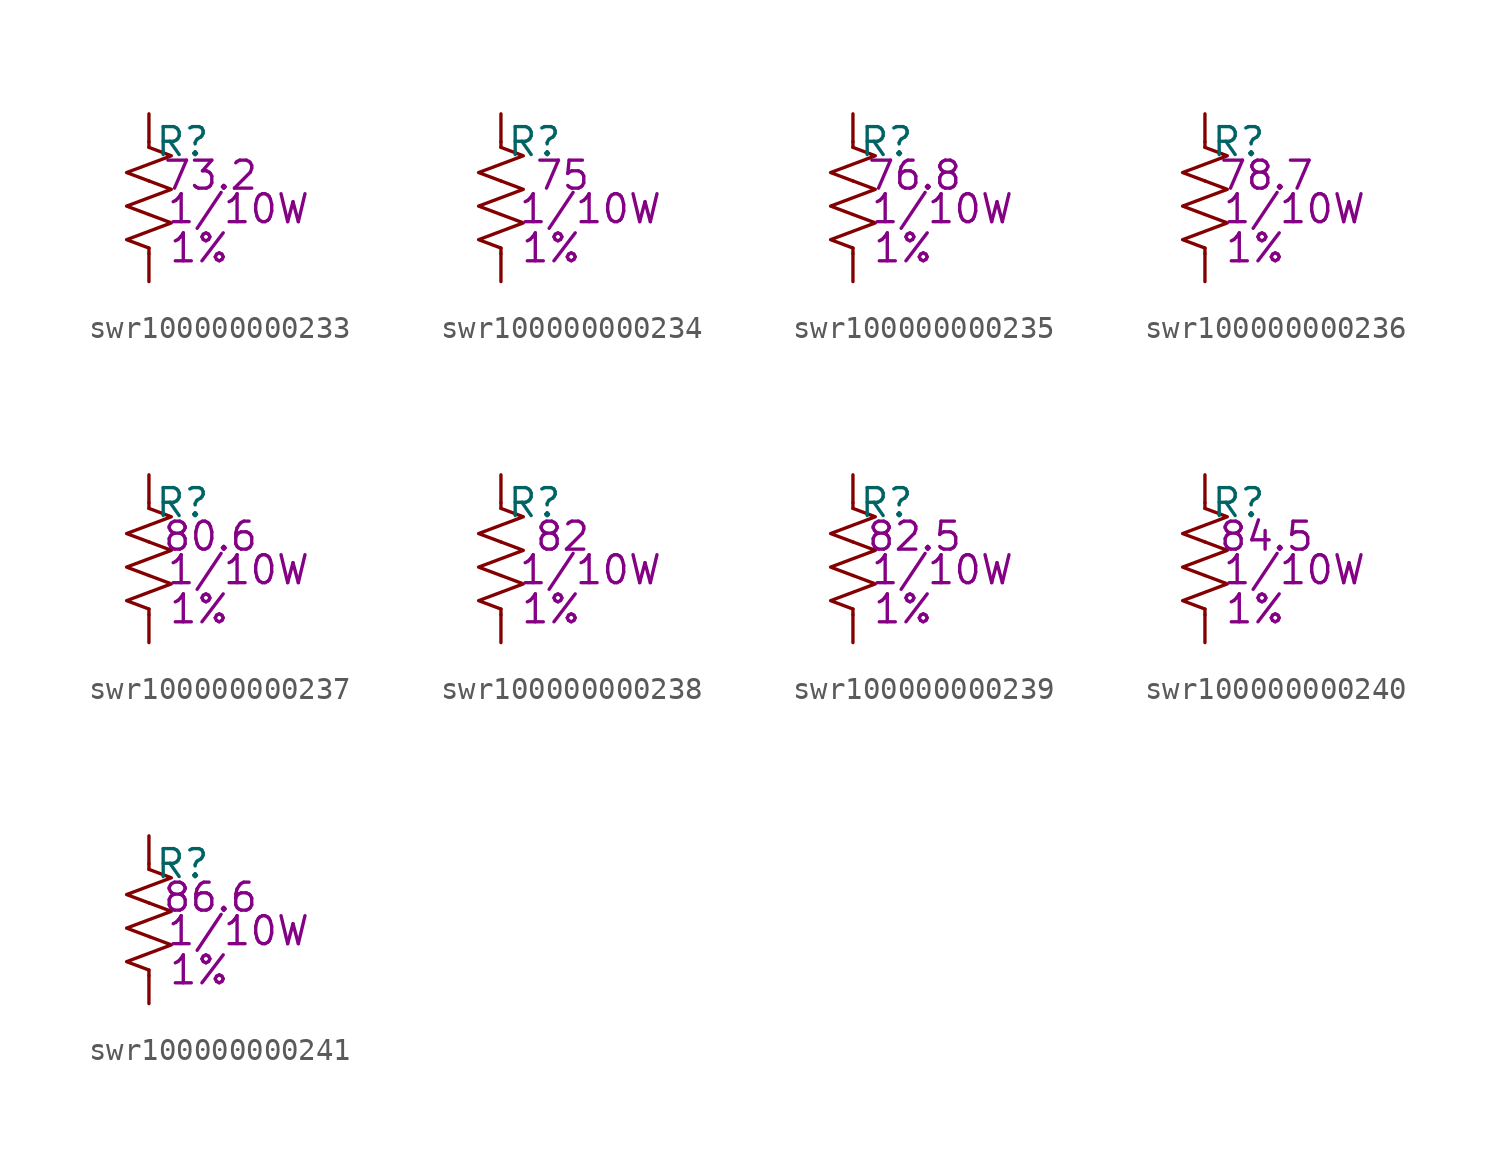
<source format=kicad_sym>
(kicad_symbol_lib
  (version 20211014)
  (generator kicad_symbol_editor)
  (symbol "swr100000000233"
    (pin_numbers hide)
    (pin_names
      (offset 1.016))
    (property "Reference" "R"
      (at 1.524 2.54 0)
      (effects (font (size 1.27 1.27))))
    (property "Tolerance" "1%"
      (at 2.286 -2.286 0)
      (effects (font (size 1.27 1.27))))
    (property "Wattage" "1/10W"
      (at 4.064 -0.508 0)
      (effects (font (size 1.27 1.27))))
    (property "PartValue" "73.2"
      (at 2.794 1.016 0)
      (effects (font (size 1.27 1.27))))
    (symbol "swr100000000233_1_1"
      (polyline (pts (xy 0 -2.286) (xy 0 -2.54)) (stroke (width 0) (type default) (color 0 0 0 0)) (fill (type none)))
      (polyline (pts (xy 0 2.286) (xy 0 2.54)) (stroke (width 0) (type default) (color 0 0 0 0)) (fill (type none)))
      (polyline (pts (xy 0 -0.762) (xy 1.016 -1.143) (xy 0 -1.524) (xy -1.016 -1.905) (xy 0 -2.286)) (stroke (width 0) (type default) (color 0 0 0 0)) (fill (type none)))
      (polyline (pts (xy 0 0.762) (xy 1.016 0.381) (xy 0 0) (xy -1.016 -0.381) (xy 0 -0.762)) (stroke (width 0) (type default) (color 0 0 0 0)) (fill (type none)))
      (polyline (pts (xy 0 2.286) (xy 1.016 1.905) (xy 0 1.524) (xy -1.016 1.143) (xy 0 0.762)) (stroke (width 0) (type default) (color 0 0 0 0)) (fill (type none)))
      (pin passive line (at 0 3.81 270) (length 1.27) (name "~" (effects (font (size 1.27 1.27)))) (number "1" (effects (font (size 1.27 1.27)))))
      (pin passive line (at 0 -3.81 90) (length 1.27) (name "~" (effects (font (size 1.27 1.27)))) (number "2" (effects (font (size 1.27 1.27)))))))
  (symbol "swr100000000234"
    (pin_numbers hide)
    (pin_names
      (offset 1.016))
    (property "Reference" "R"
      (at 1.524 2.54 0)
      (effects (font (size 1.27 1.27))))
    (property "Tolerance" "1%"
      (at 2.286 -2.286 0)
      (effects (font (size 1.27 1.27))))
    (property "Wattage" "1/10W"
      (at 4.064 -0.508 0)
      (effects (font (size 1.27 1.27))))
    (property "PartValue" "75"
      (at 2.794 1.016 0)
      (effects (font (size 1.27 1.27))))
    (symbol "swr100000000234_1_1"
      (polyline (pts (xy 0 -2.286) (xy 0 -2.54)) (stroke (width 0) (type default) (color 0 0 0 0)) (fill (type none)))
      (polyline (pts (xy 0 2.286) (xy 0 2.54)) (stroke (width 0) (type default) (color 0 0 0 0)) (fill (type none)))
      (polyline (pts (xy 0 -0.762) (xy 1.016 -1.143) (xy 0 -1.524) (xy -1.016 -1.905) (xy 0 -2.286)) (stroke (width 0) (type default) (color 0 0 0 0)) (fill (type none)))
      (polyline (pts (xy 0 0.762) (xy 1.016 0.381) (xy 0 0) (xy -1.016 -0.381) (xy 0 -0.762)) (stroke (width 0) (type default) (color 0 0 0 0)) (fill (type none)))
      (polyline (pts (xy 0 2.286) (xy 1.016 1.905) (xy 0 1.524) (xy -1.016 1.143) (xy 0 0.762)) (stroke (width 0) (type default) (color 0 0 0 0)) (fill (type none)))
      (pin passive line (at 0 3.81 270) (length 1.27) (name "~" (effects (font (size 1.27 1.27)))) (number "1" (effects (font (size 1.27 1.27)))))
      (pin passive line (at 0 -3.81 90) (length 1.27) (name "~" (effects (font (size 1.27 1.27)))) (number "2" (effects (font (size 1.27 1.27)))))))
  (symbol "swr100000000235"
    (pin_numbers hide)
    (pin_names
      (offset 1.016))
    (property "Reference" "R"
      (at 1.524 2.54 0)
      (effects (font (size 1.27 1.27))))
    (property "Tolerance" "1%"
      (at 2.286 -2.286 0)
      (effects (font (size 1.27 1.27))))
    (property "Wattage" "1/10W"
      (at 4.064 -0.508 0)
      (effects (font (size 1.27 1.27))))
    (property "PartValue" "76.8"
      (at 2.794 1.016 0)
      (effects (font (size 1.27 1.27))))
    (symbol "swr100000000235_1_1"
      (polyline (pts (xy 0 -2.286) (xy 0 -2.54)) (stroke (width 0) (type default) (color 0 0 0 0)) (fill (type none)))
      (polyline (pts (xy 0 2.286) (xy 0 2.54)) (stroke (width 0) (type default) (color 0 0 0 0)) (fill (type none)))
      (polyline (pts (xy 0 -0.762) (xy 1.016 -1.143) (xy 0 -1.524) (xy -1.016 -1.905) (xy 0 -2.286)) (stroke (width 0) (type default) (color 0 0 0 0)) (fill (type none)))
      (polyline (pts (xy 0 0.762) (xy 1.016 0.381) (xy 0 0) (xy -1.016 -0.381) (xy 0 -0.762)) (stroke (width 0) (type default) (color 0 0 0 0)) (fill (type none)))
      (polyline (pts (xy 0 2.286) (xy 1.016 1.905) (xy 0 1.524) (xy -1.016 1.143) (xy 0 0.762)) (stroke (width 0) (type default) (color 0 0 0 0)) (fill (type none)))
      (pin passive line (at 0 3.81 270) (length 1.27) (name "~" (effects (font (size 1.27 1.27)))) (number "1" (effects (font (size 1.27 1.27)))))
      (pin passive line (at 0 -3.81 90) (length 1.27) (name "~" (effects (font (size 1.27 1.27)))) (number "2" (effects (font (size 1.27 1.27)))))))
  (symbol "swr100000000236"
    (pin_numbers hide)
    (pin_names
      (offset 1.016))
    (property "Reference" "R"
      (at 1.524 2.54 0)
      (effects (font (size 1.27 1.27))))
    (property "Tolerance" "1%"
      (at 2.286 -2.286 0)
      (effects (font (size 1.27 1.27))))
    (property "Wattage" "1/10W"
      (at 4.064 -0.508 0)
      (effects (font (size 1.27 1.27))))
    (property "PartValue" "78.7"
      (at 2.794 1.016 0)
      (effects (font (size 1.27 1.27))))
    (symbol "swr100000000236_1_1"
      (polyline (pts (xy 0 -2.286) (xy 0 -2.54)) (stroke (width 0) (type default) (color 0 0 0 0)) (fill (type none)))
      (polyline (pts (xy 0 2.286) (xy 0 2.54)) (stroke (width 0) (type default) (color 0 0 0 0)) (fill (type none)))
      (polyline (pts (xy 0 -0.762) (xy 1.016 -1.143) (xy 0 -1.524) (xy -1.016 -1.905) (xy 0 -2.286)) (stroke (width 0) (type default) (color 0 0 0 0)) (fill (type none)))
      (polyline (pts (xy 0 0.762) (xy 1.016 0.381) (xy 0 0) (xy -1.016 -0.381) (xy 0 -0.762)) (stroke (width 0) (type default) (color 0 0 0 0)) (fill (type none)))
      (polyline (pts (xy 0 2.286) (xy 1.016 1.905) (xy 0 1.524) (xy -1.016 1.143) (xy 0 0.762)) (stroke (width 0) (type default) (color 0 0 0 0)) (fill (type none)))
      (pin passive line (at 0 3.81 270) (length 1.27) (name "~" (effects (font (size 1.27 1.27)))) (number "1" (effects (font (size 1.27 1.27)))))
      (pin passive line (at 0 -3.81 90) (length 1.27) (name "~" (effects (font (size 1.27 1.27)))) (number "2" (effects (font (size 1.27 1.27)))))))
  (symbol "swr100000000237"
    (pin_numbers hide)
    (pin_names
      (offset 1.016))
    (property "Reference" "R"
      (at 1.524 2.54 0)
      (effects (font (size 1.27 1.27))))
    (property "Tolerance" "1%"
      (at 2.286 -2.286 0)
      (effects (font (size 1.27 1.27))))
    (property "Wattage" "1/10W"
      (at 4.064 -0.508 0)
      (effects (font (size 1.27 1.27))))
    (property "PartValue" "80.6"
      (at 2.794 1.016 0)
      (effects (font (size 1.27 1.27))))
    (symbol "swr100000000237_1_1"
      (polyline (pts (xy 0 -2.286) (xy 0 -2.54)) (stroke (width 0) (type default) (color 0 0 0 0)) (fill (type none)))
      (polyline (pts (xy 0 2.286) (xy 0 2.54)) (stroke (width 0) (type default) (color 0 0 0 0)) (fill (type none)))
      (polyline (pts (xy 0 -0.762) (xy 1.016 -1.143) (xy 0 -1.524) (xy -1.016 -1.905) (xy 0 -2.286)) (stroke (width 0) (type default) (color 0 0 0 0)) (fill (type none)))
      (polyline (pts (xy 0 0.762) (xy 1.016 0.381) (xy 0 0) (xy -1.016 -0.381) (xy 0 -0.762)) (stroke (width 0) (type default) (color 0 0 0 0)) (fill (type none)))
      (polyline (pts (xy 0 2.286) (xy 1.016 1.905) (xy 0 1.524) (xy -1.016 1.143) (xy 0 0.762)) (stroke (width 0) (type default) (color 0 0 0 0)) (fill (type none)))
      (pin passive line (at 0 3.81 270) (length 1.27) (name "~" (effects (font (size 1.27 1.27)))) (number "1" (effects (font (size 1.27 1.27)))))
      (pin passive line (at 0 -3.81 90) (length 1.27) (name "~" (effects (font (size 1.27 1.27)))) (number "2" (effects (font (size 1.27 1.27)))))))
  (symbol "swr100000000238"
    (pin_numbers hide)
    (pin_names
      (offset 1.016))
    (property "Reference" "R"
      (at 1.524 2.54 0)
      (effects (font (size 1.27 1.27))))
    (property "Tolerance" "1%"
      (at 2.286 -2.286 0)
      (effects (font (size 1.27 1.27))))
    (property "Wattage" "1/10W"
      (at 4.064 -0.508 0)
      (effects (font (size 1.27 1.27))))
    (property "PartValue" "82"
      (at 2.794 1.016 0)
      (effects (font (size 1.27 1.27))))
    (symbol "swr100000000238_1_1"
      (polyline (pts (xy 0 -2.286) (xy 0 -2.54)) (stroke (width 0) (type default) (color 0 0 0 0)) (fill (type none)))
      (polyline (pts (xy 0 2.286) (xy 0 2.54)) (stroke (width 0) (type default) (color 0 0 0 0)) (fill (type none)))
      (polyline (pts (xy 0 -0.762) (xy 1.016 -1.143) (xy 0 -1.524) (xy -1.016 -1.905) (xy 0 -2.286)) (stroke (width 0) (type default) (color 0 0 0 0)) (fill (type none)))
      (polyline (pts (xy 0 0.762) (xy 1.016 0.381) (xy 0 0) (xy -1.016 -0.381) (xy 0 -0.762)) (stroke (width 0) (type default) (color 0 0 0 0)) (fill (type none)))
      (polyline (pts (xy 0 2.286) (xy 1.016 1.905) (xy 0 1.524) (xy -1.016 1.143) (xy 0 0.762)) (stroke (width 0) (type default) (color 0 0 0 0)) (fill (type none)))
      (pin passive line (at 0 3.81 270) (length 1.27) (name "~" (effects (font (size 1.27 1.27)))) (number "1" (effects (font (size 1.27 1.27)))))
      (pin passive line (at 0 -3.81 90) (length 1.27) (name "~" (effects (font (size 1.27 1.27)))) (number "2" (effects (font (size 1.27 1.27)))))))
  (symbol "swr100000000239"
    (pin_numbers hide)
    (pin_names
      (offset 1.016))
    (property "Reference" "R"
      (at 1.524 2.54 0)
      (effects (font (size 1.27 1.27))))
    (property "Tolerance" "1%"
      (at 2.286 -2.286 0)
      (effects (font (size 1.27 1.27))))
    (property "Wattage" "1/10W"
      (at 4.064 -0.508 0)
      (effects (font (size 1.27 1.27))))
    (property "PartValue" "82.5"
      (at 2.794 1.016 0)
      (effects (font (size 1.27 1.27))))
    (symbol "swr100000000239_1_1"
      (polyline (pts (xy 0 -2.286) (xy 0 -2.54)) (stroke (width 0) (type default) (color 0 0 0 0)) (fill (type none)))
      (polyline (pts (xy 0 2.286) (xy 0 2.54)) (stroke (width 0) (type default) (color 0 0 0 0)) (fill (type none)))
      (polyline (pts (xy 0 -0.762) (xy 1.016 -1.143) (xy 0 -1.524) (xy -1.016 -1.905) (xy 0 -2.286)) (stroke (width 0) (type default) (color 0 0 0 0)) (fill (type none)))
      (polyline (pts (xy 0 0.762) (xy 1.016 0.381) (xy 0 0) (xy -1.016 -0.381) (xy 0 -0.762)) (stroke (width 0) (type default) (color 0 0 0 0)) (fill (type none)))
      (polyline (pts (xy 0 2.286) (xy 1.016 1.905) (xy 0 1.524) (xy -1.016 1.143) (xy 0 0.762)) (stroke (width 0) (type default) (color 0 0 0 0)) (fill (type none)))
      (pin passive line (at 0 3.81 270) (length 1.27) (name "~" (effects (font (size 1.27 1.27)))) (number "1" (effects (font (size 1.27 1.27)))))
      (pin passive line (at 0 -3.81 90) (length 1.27) (name "~" (effects (font (size 1.27 1.27)))) (number "2" (effects (font (size 1.27 1.27)))))))
  (symbol "swr100000000240"
    (pin_numbers hide)
    (pin_names
      (offset 1.016))
    (property "Reference" "R"
      (at 1.524 2.54 0)
      (effects (font (size 1.27 1.27))))
    (property "Tolerance" "1%"
      (at 2.286 -2.286 0)
      (effects (font (size 1.27 1.27))))
    (property "Wattage" "1/10W"
      (at 4.064 -0.508 0)
      (effects (font (size 1.27 1.27))))
    (property "PartValue" "84.5"
      (at 2.794 1.016 0)
      (effects (font (size 1.27 1.27))))
    (symbol "swr100000000240_1_1"
      (polyline (pts (xy 0 -2.286) (xy 0 -2.54)) (stroke (width 0) (type default) (color 0 0 0 0)) (fill (type none)))
      (polyline (pts (xy 0 2.286) (xy 0 2.54)) (stroke (width 0) (type default) (color 0 0 0 0)) (fill (type none)))
      (polyline (pts (xy 0 -0.762) (xy 1.016 -1.143) (xy 0 -1.524) (xy -1.016 -1.905) (xy 0 -2.286)) (stroke (width 0) (type default) (color 0 0 0 0)) (fill (type none)))
      (polyline (pts (xy 0 0.762) (xy 1.016 0.381) (xy 0 0) (xy -1.016 -0.381) (xy 0 -0.762)) (stroke (width 0) (type default) (color 0 0 0 0)) (fill (type none)))
      (polyline (pts (xy 0 2.286) (xy 1.016 1.905) (xy 0 1.524) (xy -1.016 1.143) (xy 0 0.762)) (stroke (width 0) (type default) (color 0 0 0 0)) (fill (type none)))
      (pin passive line (at 0 3.81 270) (length 1.27) (name "~" (effects (font (size 1.27 1.27)))) (number "1" (effects (font (size 1.27 1.27)))))
      (pin passive line (at 0 -3.81 90) (length 1.27) (name "~" (effects (font (size 1.27 1.27)))) (number "2" (effects (font (size 1.27 1.27)))))))
  (symbol "swr100000000241"
    (pin_numbers hide)
    (pin_names
      (offset 1.016))
    (property "Reference" "R"
      (at 1.524 2.54 0)
      (effects (font (size 1.27 1.27))))
    (property "Tolerance" "1%"
      (at 2.286 -2.286 0)
      (effects (font (size 1.27 1.27))))
    (property "Wattage" "1/10W"
      (at 4.064 -0.508 0)
      (effects (font (size 1.27 1.27))))
    (property "PartValue" "86.6"
      (at 2.794 1.016 0)
      (effects (font (size 1.27 1.27))))
    (symbol "swr100000000241_1_1"
      (polyline (pts (xy 0 -2.286) (xy 0 -2.54)) (stroke (width 0) (type default) (color 0 0 0 0)) (fill (type none)))
      (polyline (pts (xy 0 2.286) (xy 0 2.54)) (stroke (width 0) (type default) (color 0 0 0 0)) (fill (type none)))
      (polyline (pts (xy 0 -0.762) (xy 1.016 -1.143) (xy 0 -1.524) (xy -1.016 -1.905) (xy 0 -2.286)) (stroke (width 0) (type default) (color 0 0 0 0)) (fill (type none)))
      (polyline (pts (xy 0 0.762) (xy 1.016 0.381) (xy 0 0) (xy -1.016 -0.381) (xy 0 -0.762)) (stroke (width 0) (type default) (color 0 0 0 0)) (fill (type none)))
      (polyline (pts (xy 0 2.286) (xy 1.016 1.905) (xy 0 1.524) (xy -1.016 1.143) (xy 0 0.762)) (stroke (width 0) (type default) (color 0 0 0 0)) (fill (type none)))
      (pin passive line (at 0 3.81 270) (length 1.27) (name "~" (effects (font (size 1.27 1.27)))) (number "1" (effects (font (size 1.27 1.27)))))
      (pin passive line (at 0 -3.81 90) (length 1.27) (name "~" (effects (font (size 1.27 1.27)))) (number "2" (effects (font (size 1.27 1.27))))))))
</source>
